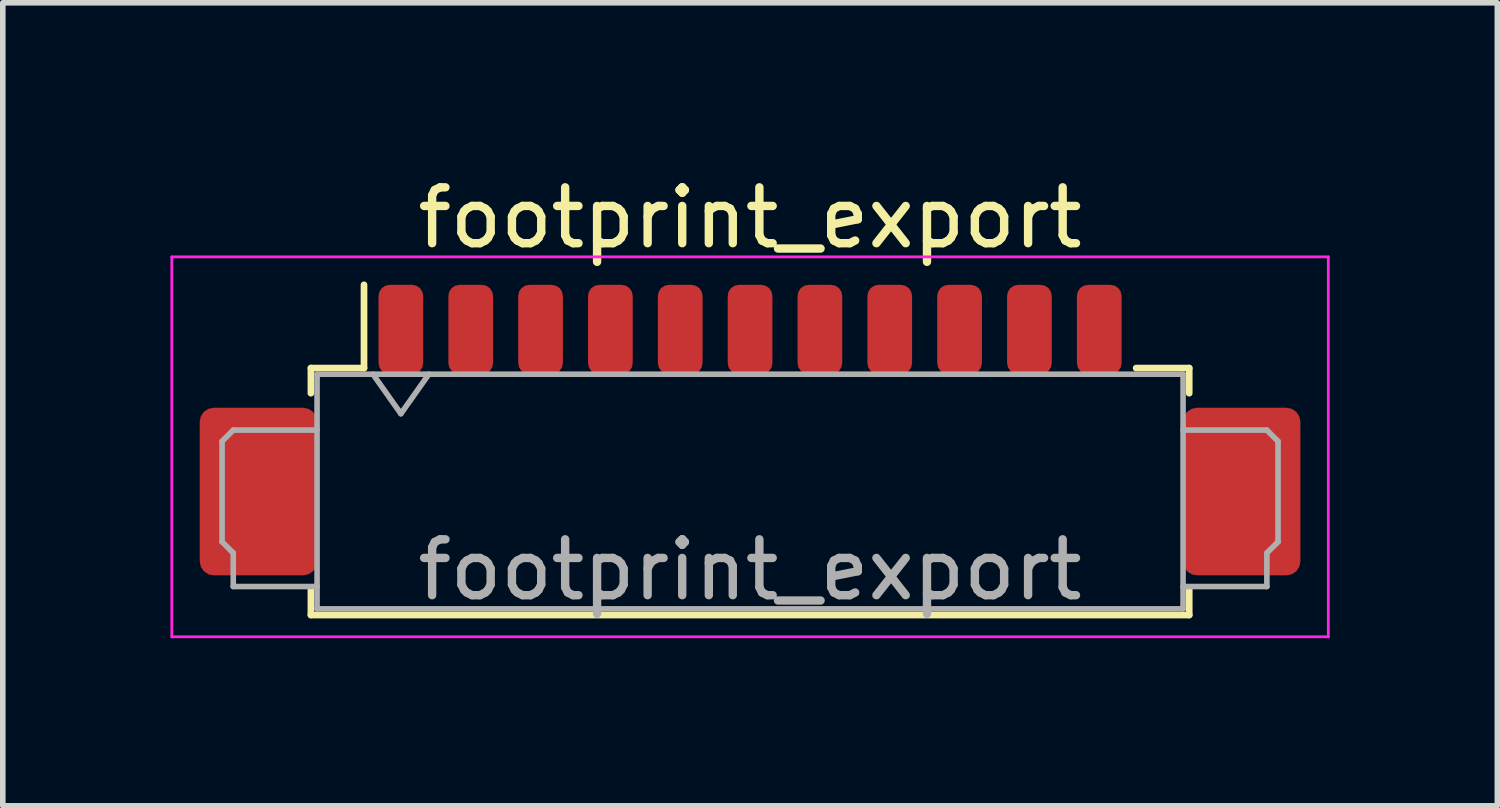
<source format=kicad_pcb>
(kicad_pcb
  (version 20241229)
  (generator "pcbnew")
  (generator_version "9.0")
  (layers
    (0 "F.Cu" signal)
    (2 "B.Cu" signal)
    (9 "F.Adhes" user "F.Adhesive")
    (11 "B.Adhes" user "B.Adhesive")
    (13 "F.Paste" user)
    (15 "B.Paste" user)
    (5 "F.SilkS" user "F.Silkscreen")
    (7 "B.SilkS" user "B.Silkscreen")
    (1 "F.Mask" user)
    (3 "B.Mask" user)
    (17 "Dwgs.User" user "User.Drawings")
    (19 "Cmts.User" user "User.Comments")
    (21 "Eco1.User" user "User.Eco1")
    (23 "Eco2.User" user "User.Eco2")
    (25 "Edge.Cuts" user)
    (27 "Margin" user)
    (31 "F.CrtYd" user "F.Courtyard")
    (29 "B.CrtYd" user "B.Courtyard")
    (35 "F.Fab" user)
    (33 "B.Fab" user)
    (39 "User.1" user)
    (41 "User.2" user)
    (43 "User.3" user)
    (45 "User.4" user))
  (footprint "footprint_export"
    (layer "F.Cu")
    (at 10.375 5.248)
    (property "Reference" "footprint_export" (at 0 -4.4 0) (layer "F.SilkS") (effects (font (size 1 1) (thickness 0.15))))
    (attr smd)
    (fp_line (start -7.86 -1.71) (end -6.91 -1.71) (stroke (width 0.12) (type solid)) (layer "F.SilkS"))
    (fp_line (start -7.86 -1.26) (end -7.86 -1.71) (stroke (width 0.12) (type solid)) (layer "F.SilkS"))
    (fp_line (start -7.86 2.26) (end -7.86 2.71) (stroke (width 0.12) (type solid)) (layer "F.SilkS"))
    (fp_line (start -7.86 2.71) (end 7.86 2.71) (stroke (width 0.12) (type solid)) (layer "F.SilkS"))
    (fp_line (start -6.91 -1.71) (end -6.91 -3.2) (stroke (width 0.12) (type solid)) (layer "F.SilkS"))
    (fp_line (start 7.86 -1.71) (end 6.91 -1.71) (stroke (width 0.12) (type solid)) (layer "F.SilkS"))
    (fp_line (start 7.86 -1.26) (end 7.86 -1.71) (stroke (width 0.12) (type solid)) (layer "F.SilkS"))
    (fp_line (start 7.86 2.71) (end 7.86 2.26) (stroke (width 0.12) (type solid)) (layer "F.SilkS"))
    (fp_line (start -10.35 -3.7) (end -10.35 3.1) (stroke (width 0.05) (type solid)) (layer "F.CrtYd"))
    (fp_line (start -10.35 3.1) (end 10.35 3.1) (stroke (width 0.05) (type solid)) (layer "F.CrtYd"))
    (fp_line (start 10.35 -3.7) (end -10.35 -3.7) (stroke (width 0.05) (type solid)) (layer "F.CrtYd"))
    (fp_line (start 10.35 3.1) (end 10.35 -3.7) (stroke (width 0.05) (type solid)) (layer "F.CrtYd"))
    (fp_line (start -9.45 -0.4) (end -9.45 1.4) (stroke (width 0.1) (type solid)) (layer "F.Fab"))
    (fp_line (start -9.45 1.4) (end -9.25 1.6) (stroke (width 0.1) (type solid)) (layer "F.Fab"))
    (fp_line (start -9.25 -0.6) (end -9.45 -0.4) (stroke (width 0.1) (type solid)) (layer "F.Fab"))
    (fp_line (start -9.25 1.6) (end -9.25 2.2) (stroke (width 0.1) (type solid)) (layer "F.Fab"))
    (fp_line (start -9.25 2.2) (end -7.75 2.2) (stroke (width 0.1) (type solid)) (layer "F.Fab"))
    (fp_line (start -7.75 -1.6) (end -7.75 2.6) (stroke (width 0.1) (type solid)) (layer "F.Fab"))
    (fp_line (start -7.75 -1.6) (end 7.75 -1.6) (stroke (width 0.1) (type solid)) (layer "F.Fab"))
    (fp_line (start -7.75 -0.6) (end -9.25 -0.6) (stroke (width 0.1) (type solid)) (layer "F.Fab"))
    (fp_line (start -7.75 2.6) (end 7.75 2.6) (stroke (width 0.1) (type solid)) (layer "F.Fab"))
    (fp_line (start -6.75 -1.6) (end -6.25 -0.893) (stroke (width 0.1) (type solid)) (layer "F.Fab"))
    (fp_line (start -6.25 -0.893) (end -5.75 -1.6) (stroke (width 0.1) (type solid)) (layer "F.Fab"))
    (fp_line (start 7.75 -1.6) (end 7.75 2.6) (stroke (width 0.1) (type solid)) (layer "F.Fab"))
    (fp_line (start 7.75 -0.6) (end 9.25 -0.6) (stroke (width 0.1) (type solid)) (layer "F.Fab"))
    (fp_line (start 9.25 -0.6) (end 9.45 -0.4) (stroke (width 0.1) (type solid)) (layer "F.Fab"))
    (fp_line (start 9.25 1.6) (end 9.25 2.2) (stroke (width 0.1) (type solid)) (layer "F.Fab"))
    (fp_line (start 9.25 2.2) (end 7.75 2.2) (stroke (width 0.1) (type solid)) (layer "F.Fab"))
    (fp_line (start 9.45 -0.4) (end 9.45 1.4) (stroke (width 0.1) (type solid)) (layer "F.Fab"))
    (fp_line (start 9.45 1.4) (end 9.25 1.6) (stroke (width 0.1) (type solid)) (layer "F.Fab"))
    (fp_text user "${REFERENCE}" (at 0 1.9 0) (layer "F.Fab") (effects (font (size 1 1) (thickness 0.15))))
    (pad "1" smd roundrect (at -6.25 -2.4) (size 0.8 1.6) (layers "F.Cu" "F.Mask" "F.Paste") (roundrect_rratio 0.25))
    (pad "2" smd roundrect (at -5 -2.4) (size 0.8 1.6) (layers "F.Cu" "F.Mask" "F.Paste") (roundrect_rratio 0.25))
    (pad "3" smd roundrect (at -3.75 -2.4) (size 0.8 1.6) (layers "F.Cu" "F.Mask" "F.Paste") (roundrect_rratio 0.25))
    (pad "4" smd roundrect (at -2.5 -2.4) (size 0.8 1.6) (layers "F.Cu" "F.Mask" "F.Paste") (roundrect_rratio 0.25))
    (pad "5" smd roundrect (at -1.25 -2.4) (size 0.8 1.6) (layers "F.Cu" "F.Mask" "F.Paste") (roundrect_rratio 0.25))
    (pad "6" smd roundrect (at 0 -2.4) (size 0.8 1.6) (layers "F.Cu" "F.Mask" "F.Paste") (roundrect_rratio 0.25))
    (pad "7" smd roundrect (at 1.25 -2.4) (size 0.8 1.6) (layers "F.Cu" "F.Mask" "F.Paste") (roundrect_rratio 0.25))
    (pad "8" smd roundrect (at 2.5 -2.4) (size 0.8 1.6) (layers "F.Cu" "F.Mask" "F.Paste") (roundrect_rratio 0.25))
    (pad "9" smd roundrect (at 3.75 -2.4) (size 0.8 1.6) (layers "F.Cu" "F.Mask" "F.Paste") (roundrect_rratio 0.25))
    (pad "10" smd roundrect (at 5 -2.4) (size 0.8 1.6) (layers "F.Cu" "F.Mask" "F.Paste") (roundrect_rratio 0.25))
    (pad "11" smd roundrect (at 6.25 -2.4) (size 0.8 1.6) (layers "F.Cu" "F.Mask" "F.Paste") (roundrect_rratio 0.25))
    (pad "MP" smd roundrect (at -8.8 0.5) (size 2.1 3) (layers "F.Cu" "F.Mask" "F.Paste") (roundrect_rratio 0.119))
    (pad "MP" smd roundrect (at 8.8 0.5) (size 2.1 3) (layers "F.Cu" "F.Mask" "F.Paste") (roundrect_rratio 0.119)))
  (gr_rect
    (start -3 -3)
    (end 23.75 11.373)
    (stroke (width 0.1) (type default))
    (fill no)
    (layer "Edge.Cuts")))
</source>
